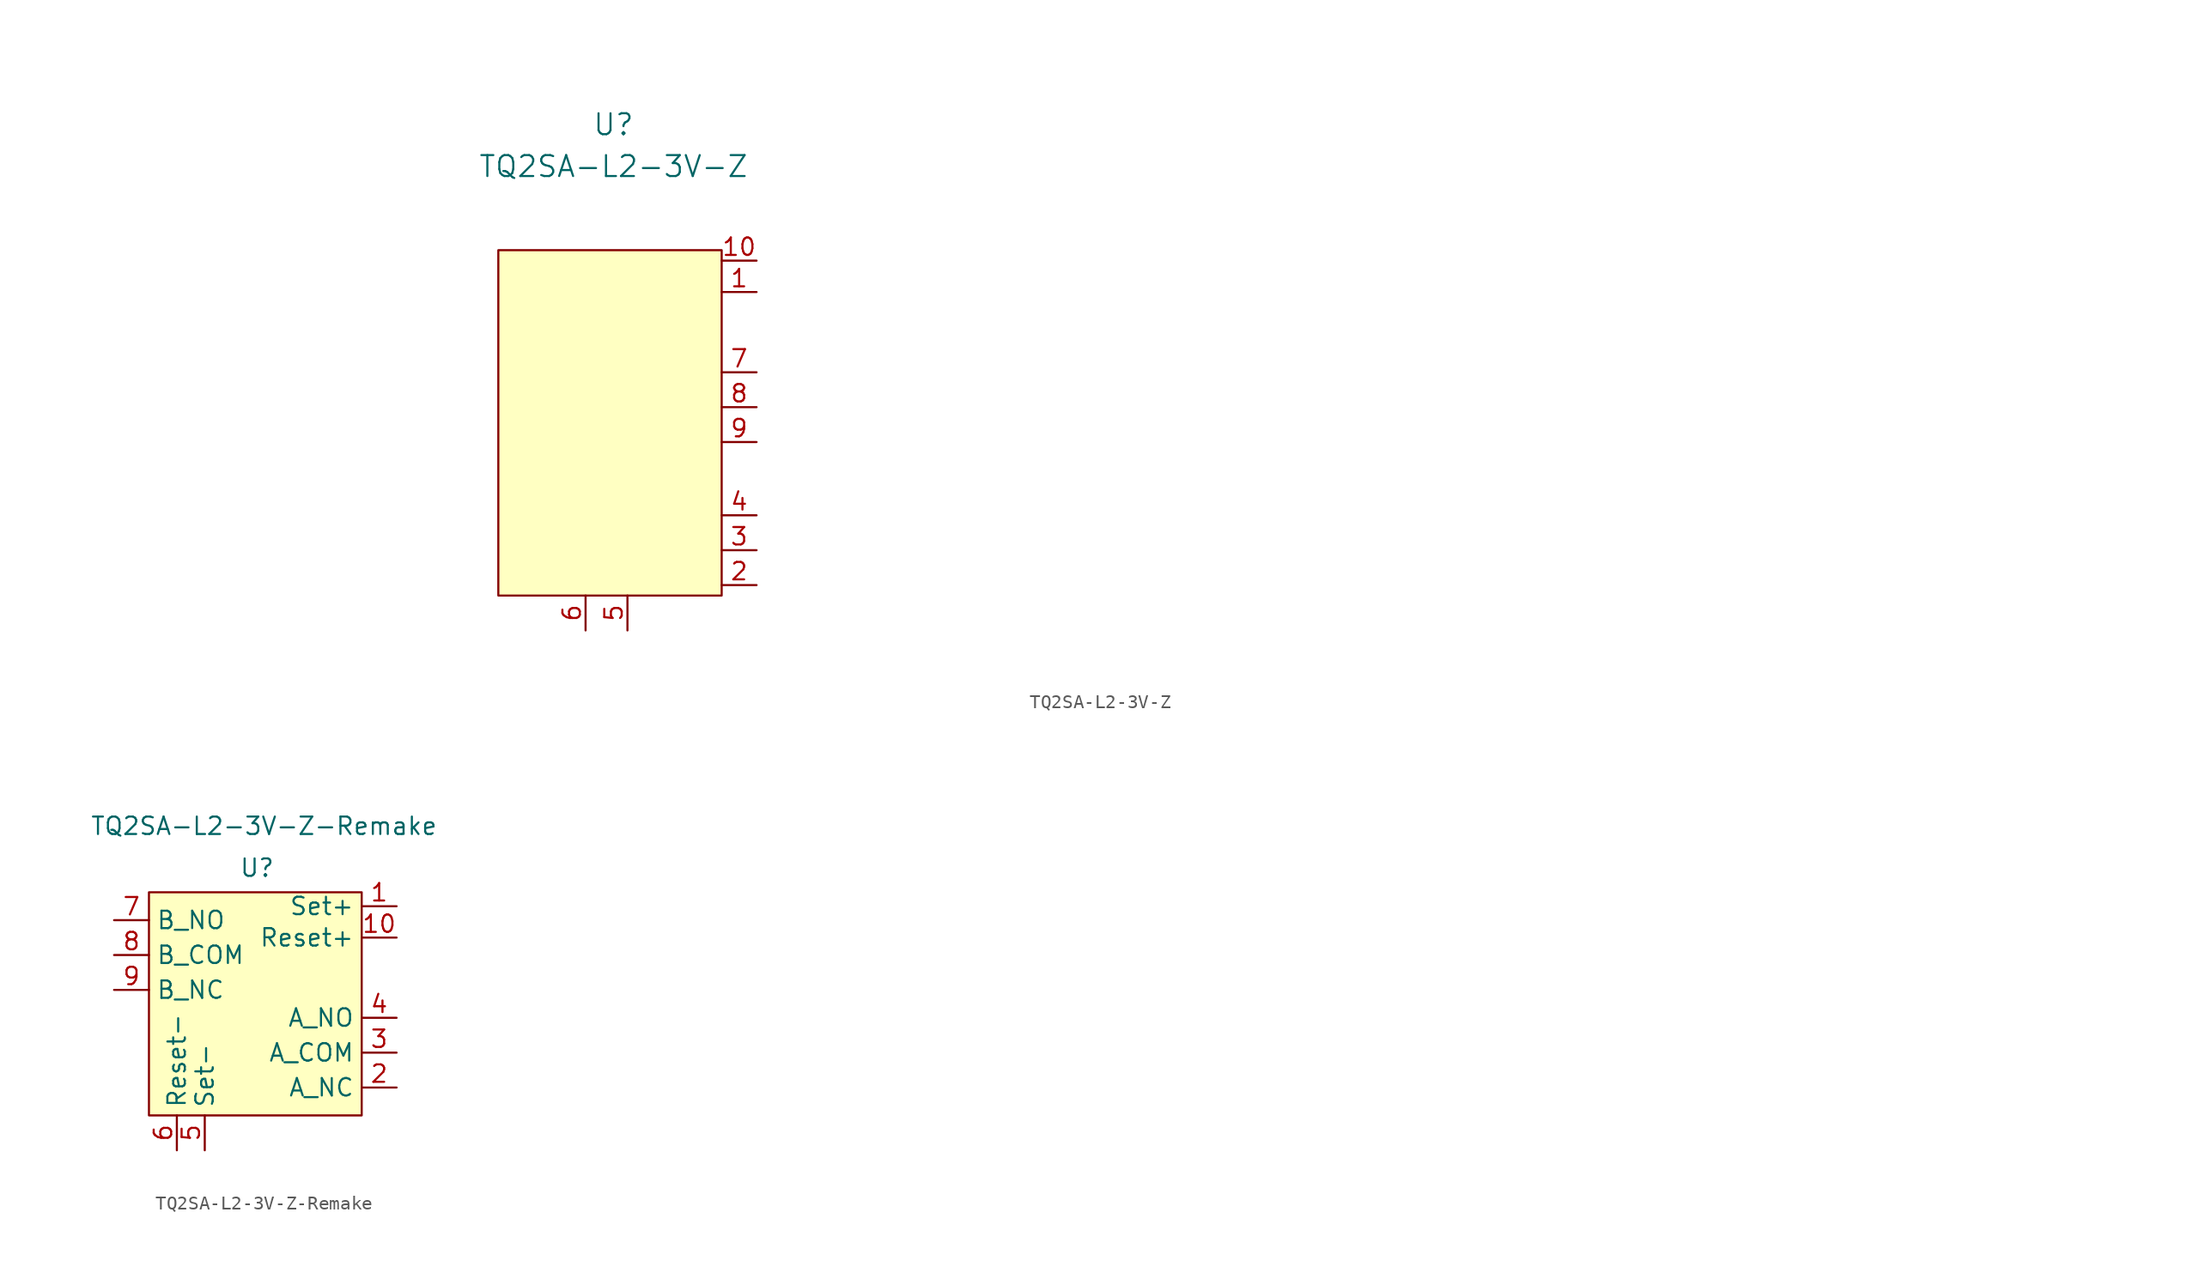
<source format=kicad_sym>
(kicad_symbol_lib
  (version 20201005)
  (generator kicad_symbol_editor)
  (symbol "Relay:TQ2SA-L2-3V-Z"
    (pin_names
      (offset -0.254) hide)
    (property "Reference" "U"
      (at 0.508 20.32 0)
      (effects (font (size 1.524 1.524))))
    (property "Value" "TQ2SA-L2-3V-Z"
      (at 0.508 17.272 0)
      (effects (font (size 1.524 1.524))))
    (property "Datasheet" ""
      (at -27.178 9.906 0)
      (effects (font (size 1.524 1.524))))
    (property "ki_locked" ""
      (at 0 0 0)
      (effects (font (size 1.27 1.27))))
    (symbol "TQ2SA-L2-3V-Z_0_0"
      (text "" (at 99.06 -14.224 0) (effects (font (size 1.27 1.27))))
      (pin input line (at 10.922 8.128 180) (length 2.54) (name "Set+" (effects (font (size 1.27 1.27)))) (number "1" (effects (font (size 1.27 1.27)))))
      (pin input line (at 10.922 10.414 180) (length 2.54) (name "Reset+" (effects (font (size 1.27 1.27)))) (number "10" (effects (font (size 1.27 1.27)))))
      (pin bidirectional line (at 10.922 -13.208 180) (length 2.54) (name "A_NC" (effects (font (size 1.27 1.27)))) (number "2" (effects (font (size 1.27 1.27)))))
      (pin bidirectional line (at 10.922 -10.668 180) (length 2.54) (name "A_COM" (effects (font (size 1.27 1.27)))) (number "3" (effects (font (size 1.27 1.27)))))
      (pin bidirectional line (at 10.922 -8.128 180) (length 2.54) (name "A_NO" (effects (font (size 1.27 1.27)))) (number "4" (effects (font (size 1.27 1.27)))))
      (pin input line (at 1.524 -16.51 90) (length 2.54) (name "Set-" (effects (font (size 1.27 1.27)))) (number "5" (effects (font (size 1.27 1.27)))))
      (pin input line (at -1.524 -16.51 90) (length 2.54) (name "Reset-" (effects (font (size 1.27 1.27)))) (number "6" (effects (font (size 1.27 1.27)))))
      (pin bidirectional line (at 10.922 2.286 180) (length 2.54) (name "B_NO" (effects (font (size 1.27 1.27)))) (number "7" (effects (font (size 1.27 1.27)))))
      (pin bidirectional line (at 10.922 -0.254 180) (length 2.54) (name "B_COM" (effects (font (size 1.27 1.27)))) (number "8" (effects (font (size 1.27 1.27)))))
      (pin bidirectional line (at 10.922 -2.794 180) (length 2.54) (name "B_NC" (effects (font (size 1.27 1.27)))) (number "9" (effects (font (size 1.27 1.27))))))
    (symbol "TQ2SA-L2-3V-Z_1_1"
      (rectangle (start -7.874 11.176) (end 8.382 -13.97) (stroke (width 0.152)) (fill (type background)))))
  (symbol "Relay:TQ2SA-L2-3V-Z-Remake"
    (property "Reference" "U"
      (at -1.778 7.62 0)
      (effects (font (size 1.27 1.27))))
    (property "Value" "TQ2SA-L2-3V-Z-Remake"
      (at -1.27 10.668 0)
      (effects (font (size 1.27 1.27))))
    (symbol "TQ2SA-L2-3V-Z-Remake_0_0"
      (pin unspecified line (at 8.382 4.826 180) (length 2.54) (name "Set+" (effects (font (size 1.27 1.27)))) (number "1" (effects (font (size 1.27 1.27)))))
      (pin unspecified line (at 8.382 2.54 180) (length 2.54) (name "Reset+" (effects (font (size 1.27 1.27)))) (number "10" (effects (font (size 1.27 1.27)))))
      (pin unspecified line (at 8.382 -8.382 180) (length 2.54) (name "A_NC" (effects (font (size 1.27 1.27)))) (number "2" (effects (font (size 1.27 1.27)))))
      (pin unspecified line (at 8.382 -5.842 180) (length 2.54) (name "A_COM" (effects (font (size 1.27 1.27)))) (number "3" (effects (font (size 1.27 1.27)))))
      (pin unspecified line (at 8.382 -3.302 180) (length 2.54) (name "A_NO" (effects (font (size 1.27 1.27)))) (number "4" (effects (font (size 1.27 1.27)))))
      (pin unspecified line (at -5.588 -12.954 90) (length 2.54) (name "Set-" (effects (font (size 1.27 1.27)))) (number "5" (effects (font (size 1.27 1.27)))))
      (pin unspecified line (at -7.62 -12.954 90) (length 2.54) (name "Reset-" (effects (font (size 1.27 1.27)))) (number "6" (effects (font (size 1.27 1.27)))))
      (pin unspecified line (at -12.192 3.81 0) (length 2.54) (name "B_NO" (effects (font (size 1.27 1.27)))) (number "7" (effects (font (size 1.27 1.27)))))
      (pin unspecified line (at -12.192 1.27 0) (length 2.54) (name "B_COM" (effects (font (size 1.27 1.27)))) (number "8" (effects (font (size 1.27 1.27)))))
      (pin unspecified line (at -12.192 -1.27 0) (length 2.54) (name "B_NC" (effects (font (size 1.27 1.27)))) (number "9" (effects (font (size 1.27 1.27))))))
    (symbol "TQ2SA-L2-3V-Z-Remake_0_1"
      (rectangle (start -9.652 5.842) (end 5.842 -10.414) (stroke (width 0.152)) (fill (type background))))))
</source>
